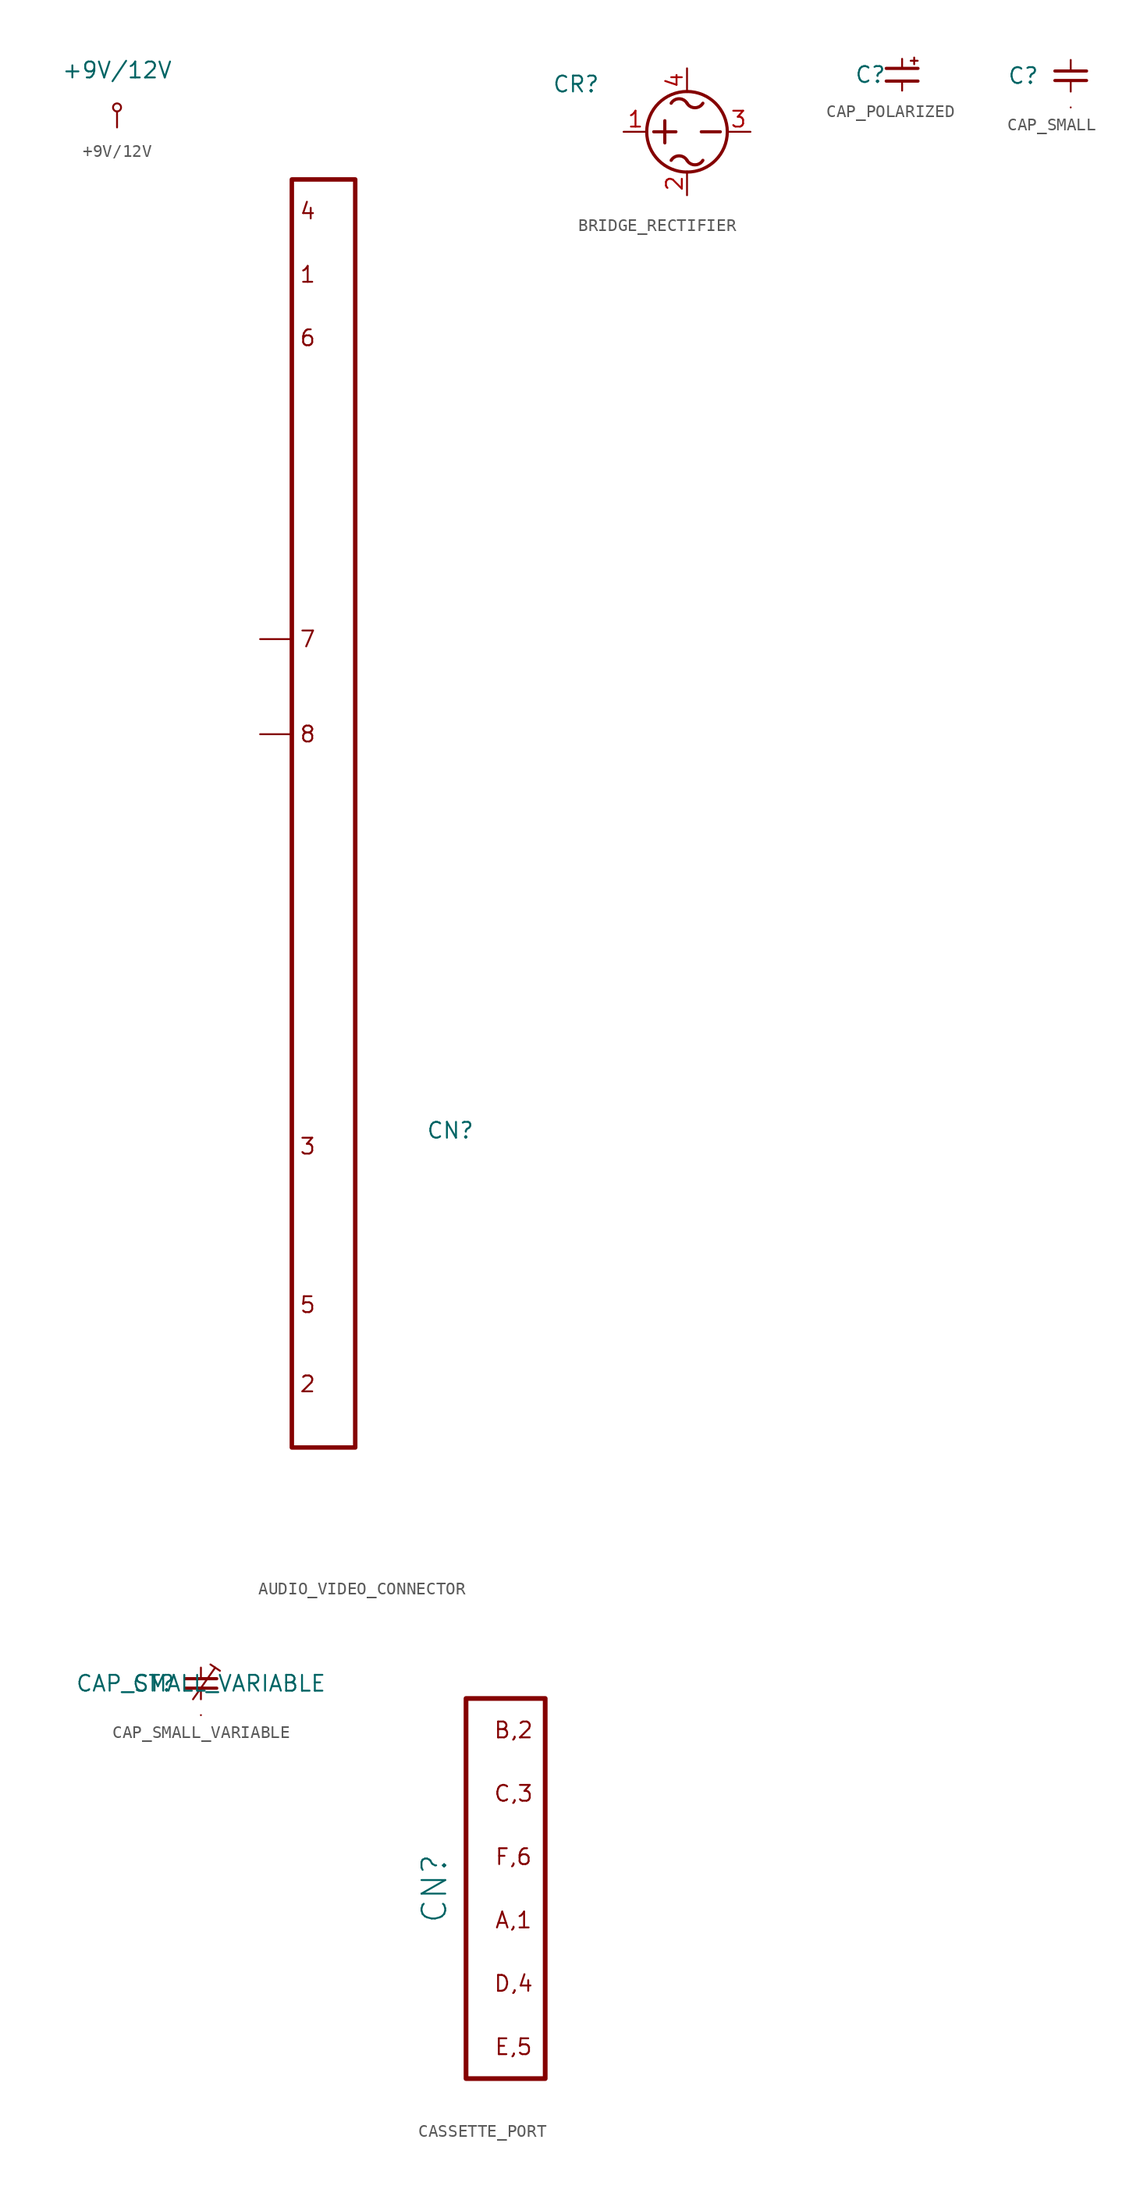
<source format=kicad_sym>
(kicad_symbol_lib
  (version 20220914)
  (generator kicad_symbol_editor)
  (symbol "+9V/12V"
    (power)
    (property "Reference" "#PWR"
      (at -3.81 2.54 0)
      (effects (font (size 1.27 1.27)) hide))
    (property "Value" "+9V/12V"
      (at 0 4.572 0)
      (effects (font (size 1.27 1.27))))
    (symbol "+9V/12V_0_1"
      (polyline (pts (xy 0 0) (xy 0 1.27)) (stroke (width 0) (type default)) (fill (type none)))
      (circle (center 0 1.599) (radius 0.32) (stroke (width 0) (type default)) (fill (type none))))
    (symbol "+9V/12V_1_1"
      (pin power_in line (at 0 0 0) (length 0) hide (name "+9V/12V" (effects (font (size 1.27 1.27)))) (number "1" (effects (font (size 1.016 1.016)))))))
  (symbol "AUDIO_VIDEO_CONNECTOR"
    (property "Reference" "CN"
      (at 10.16 -26.67 0)
      (effects (font (size 1.27 1.27))))
    (property "Value" ""
      (at 0 0 0)
      (effects (font (size 1.27 1.27))))
    (symbol "AUDIO_VIDEO_CONNECTOR_0_0"
      (polyline (pts (xy -2.54 5.08) (xy -5.08 5.08)) (stroke (width 0) (type default)) (fill (type none)))
      (polyline (pts (xy -2.54 12.7) (xy -5.08 12.7)) (stroke (width 0) (type default)) (fill (type none)))
      (text "1" (at -1.27 41.91 0) (effects (font (size 1.27 1.27))))
      (text "2" (at -1.27 -46.99 0) (effects (font (size 1.27 1.27))))
      (text "3" (at -1.27 -27.94 0) (effects (font (size 1.27 1.27))))
      (text "4" (at -1.27 46.99 0) (effects (font (size 1.27 1.27))))
      (text "5" (at -1.27 -40.64 0) (effects (font (size 1.27 1.27))))
      (text "6" (at -1.27 36.83 0) (effects (font (size 1.27 1.27))))
      (text "7" (at -1.27 12.7 0) (effects (font (size 1.27 1.27))))
      (text "8" (at -1.27 5.08 0) (effects (font (size 1.27 1.27)))))
    (symbol "AUDIO_VIDEO_CONNECTOR_0_1"
      (rectangle (start -2.54 49.53) (end 2.54 -52.07) (stroke (width 0.356) (type default)) (fill (type none))))
    (symbol "AUDIO_VIDEO_CONNECTOR_1_1"
      (pin input line (at -5.08 12.7 0) (length 0) hide (name "7" (effects (font (size 1.27 1.27)))) (number "" (effects (font (size 1.27 1.27)))))
      (pin input line (at -2.54 41.91 0) (length 0) hide (name "LUM" (effects (font (size 1.27 1.27)))) (number "1" (effects (font (size 1.27 1.27)))))
      (pin input line (at -2.54 -46.99 0) (length 0) hide (name "GND" (effects (font (size 1.27 1.27)))) (number "2" (effects (font (size 1.27 1.27)))))
      (pin input line (at -2.54 -27.94 0) (length 0) hide (name "AUDIO_OUT" (effects (font (size 1.27 1.27)))) (number "3" (effects (font (size 1.27 1.27)))))
      (pin input line (at -2.54 46.99 0) (length 0) hide (name "COMP" (effects (font (size 1.27 1.27)))) (number "4" (effects (font (size 1.27 1.27)))))
      (pin input line (at -2.54 -40.64 0) (length 0) hide (name "AUDIO_IN" (effects (font (size 1.27 1.27)))) (number "5" (effects (font (size 1.27 1.27)))))
      (pin input line (at -2.54 36.83 0) (length 0) hide (name "COLOR" (effects (font (size 1.27 1.27)))) (number "6" (effects (font (size 1.27 1.27)))))
      (pin input line (at -5.08 5.08 0) (length 0) hide (name "VCC" (effects (font (size 1.27 1.27)))) (number "8" (effects (font (size 1.27 1.27)))))))
  (symbol "BRIDGE_RECTIFIER"
    (pin_names
      (offset 1.016))
    (property "Reference" "CR"
      (at -8.89 3.81 0)
      (effects (font (size 1.27 1.27))))
    (symbol "BRIDGE_RECTIFIER_0_1"
      (polyline (pts (xy -2.667 0) (xy -0.889 0)) (stroke (width 0.254) (type solid)) (fill (type none)))
      (polyline (pts (xy -1.778 0.889) (xy -1.778 -0.889)) (stroke (width 0.254) (type solid)) (fill (type none)))
      (polyline (pts (xy 2.667 0) (xy 1.143 0)) (stroke (width 0.254) (type solid)) (fill (type none)))
      (circle (center 0 0) (radius 3.226) (stroke (width 0.254) (type solid)) (fill (type none)))
      (arc (start 0 2.286) (mid -0.635 2.6455) (end -1.27 2.286) (stroke (width 0.254) (type solid)) (fill (type none)))
      (arc (start 0 2.286) (mid 0.635 1.9265) (end 1.27 2.286) (stroke (width 0.254) (type solid)) (fill (type none))))
    (symbol "BRIDGE_RECTIFIER_1_1"
      (arc (start 0 -2.286) (mid -0.635 -1.9265) (end -1.27 -2.286) (stroke (width 0.254) (type solid)) (fill (type none)))
      (arc (start 0 -2.286) (mid 0.635 -2.6455) (end 1.27 -2.286) (stroke (width 0.254) (type solid)) (fill (type none)))
      (pin power_out line (at -5.08 0 0) (length 1.905) (name "~" (effects (font (size 1.27 1.27)))) (number "1" (effects (font (size 1.27 1.27)))))
      (pin power_in line (at 0 -5.08 90) (length 1.905) (name "~" (effects (font (size 1.27 1.27)))) (number "2" (effects (font (size 1.27 1.27)))))
      (pin power_out line (at 5.08 0 180) (length 1.905) (name "~" (effects (font (size 1.27 1.27)))) (number "3" (effects (font (size 1.27 1.27)))))
      (pin power_in line (at 0 5.08 270) (length 1.905) (name "~" (effects (font (size 1.27 1.27)))) (number "4" (effects (font (size 1.27 1.27)))))))
  (symbol "CAP_POLARIZED"
    (property "Reference" "C"
      (at -2.54 0 0)
      (effects (font (size 1.27 1.27))))
    (property "Value" ""
      (at 0 0 0)
      (effects (font (size 1.27 1.27))))
    (symbol "CAP_POLARIZED_0_1"
      (polyline (pts (xy -1.27 -0.508) (xy 1.27 -0.508)) (stroke (width 0.254) (type default)) (fill (type none)))
      (polyline (pts (xy -1.27 0.508) (xy 1.27 0.508)) (stroke (width 0.254) (type default)) (fill (type none)))
      (polyline (pts (xy 0 -1.27) (xy 0 -0.508)) (stroke (width 0) (type default)) (fill (type none)))
      (polyline (pts (xy 0 0.508) (xy 0 1.27)) (stroke (width 0) (type default)) (fill (type none)))
      (polyline (pts (xy 0.686 1.118) (xy 1.245 1.118)) (stroke (width 0) (type default)) (fill (type none)))
      (polyline (pts (xy 0.965 0.838) (xy 0.965 1.372)) (stroke (width 0) (type default)) (fill (type none))))
    (symbol "CAP_POLARIZED_1_1"
      (pin input line (at 0 1.27 270) (length 1.27) hide (name "" (effects (font (size 1.27 1.27)))) (number "1" (effects (font (size 1.27 1.27)))))
      (pin input line (at 0 -1.27 90) (length 1.27) hide (name "" (effects (font (size 1.27 1.27)))) (number "2" (effects (font (size 1.27 1.27)))))))
  (symbol "CAP_SMALL"
    (property "Reference" "C"
      (at -3.81 0 0)
      (effects (font (size 1.27 1.27))))
    (property "Value" ""
      (at 0 0 0)
      (effects (font (size 1.27 1.27))))
    (symbol "CAP_SMALL_0_1"
      (polyline (pts (xy -1.27 -0.381) (xy 1.27 -0.381)) (stroke (width 0.254) (type default)) (fill (type none)))
      (polyline (pts (xy -1.27 0.381) (xy 1.27 0.381)) (stroke (width 0.254) (type default)) (fill (type none)))
      (polyline (pts (xy 0 -2.54) (xy 0 -2.54)) (stroke (width 0) (type default)) (fill (type none)))
      (polyline (pts (xy 0 -1.27) (xy 0 -0.381)) (stroke (width 0) (type default)) (fill (type none)))
      (polyline (pts (xy 0 0.381) (xy 0 1.27)) (stroke (width 0) (type default)) (fill (type none))))
    (symbol "CAP_SMALL_1_1"
      (pin input line (at 0 1.27 270) (length 1.27) hide (name "" (effects (font (size 1.27 1.27)))) (number "1" (effects (font (size 1.27 1.27)))))
      (pin input line (at 0 -1.27 90) (length 1.27) hide (name "" (effects (font (size 1.27 1.27)))) (number "2" (effects (font (size 1.27 1.27)))))))
  (symbol "CAP_SMALL_VARIABLE"
    (property "Reference" "CT"
      (at -3.81 0 0)
      (effects (font (size 1.27 1.27))))
    (property "Value" "CAP_SMALL_VARIABLE"
      (at 0 0 0)
      (effects (font (size 1.27 1.27))))
    (symbol "CAP_SMALL_VARIABLE_0_1"
      (polyline (pts (xy -1.27 -0.381) (xy 1.27 -0.381)) (stroke (width 0.254) (type default)) (fill (type none)))
      (polyline (pts (xy -1.27 0.381) (xy 1.27 0.381)) (stroke (width 0.254) (type default)) (fill (type none)))
      (polyline (pts (xy -0.635 -1.27) (xy 1.143 1.27)) (stroke (width 0) (type default)) (fill (type none)))
      (polyline (pts (xy 0 -2.54) (xy 0 -2.54)) (stroke (width 0) (type default)) (fill (type none)))
      (polyline (pts (xy 0 -1.27) (xy 0 -0.381)) (stroke (width 0) (type default)) (fill (type none)))
      (polyline (pts (xy 0 0.381) (xy 0 1.27)) (stroke (width 0) (type default)) (fill (type none)))
      (polyline (pts (xy 0.762 1.524) (xy 1.524 1.016)) (stroke (width 0) (type default)) (fill (type none))))
    (symbol "CAP_SMALL_VARIABLE_1_1"
      (pin input line (at 0 1.27 270) (length 1.27) hide (name "" (effects (font (size 1.27 1.27)))) (number "1" (effects (font (size 1.27 1.27)))))
      (pin input line (at 0 -1.27 90) (length 1.27) hide (name "" (effects (font (size 1.27 1.27)))) (number "2" (effects (font (size 1.27 1.27)))))))
  (symbol "CASSETTE_PORT"
    (property "Reference" "CN"
      (at -6.35 0 90)
      (effects (font (size 1.905 1.905))))
    (property "Value" ""
      (at 0 0 0)
      (effects (font (size 1.27 1.27))))
    (symbol "CASSETTE_PORT_0_0"
      (text "A,1" (at 0 -2.54 0) (effects (font (size 1.27 1.27))))
      (text "B,2" (at 0 12.7 0) (effects (font (size 1.27 1.27))))
      (text "C,3" (at 0 7.62 0) (effects (font (size 1.27 1.27))))
      (text "D,4" (at 0 -7.62 0) (effects (font (size 1.27 1.27))))
      (text "E,5" (at 0 -12.7 0) (effects (font (size 1.27 1.27))))
      (text "F,6" (at 0 2.54 0) (effects (font (size 1.27 1.27)))))
    (symbol "CASSETTE_PORT_0_1"
      (rectangle (start -3.81 15.24) (end 2.54 -15.24) (stroke (width 0.381) (type default)) (fill (type none))))
    (symbol "CASSETTE_PORT_1_1"
      (pin input line (at 2.54 -2.54 180) (length 2.54) hide (name "" (effects (font (size 1.27 1.27)))) (number "1" (effects (font (size 1.27 1.27)))))
      (pin input line (at 2.54 12.7 180) (length 2.54) hide (name "" (effects (font (size 1.27 1.27)))) (number "2" (effects (font (size 1.27 1.27)))))
      (pin input line (at 2.54 7.62 180) (length 2.54) hide (name "" (effects (font (size 1.27 1.27)))) (number "3" (effects (font (size 1.27 1.27)))))
      (pin input line (at 2.54 -7.62 180) (length 2.54) hide (name "" (effects (font (size 1.27 1.27)))) (number "4" (effects (font (size 1.27 1.27)))))
      (pin input line (at 2.54 -12.7 180) (length 2.54) hide (name "" (effects (font (size 1.27 1.27)))) (number "5" (effects (font (size 1.27 1.27)))))
      (pin input line (at 2.54 2.54 180) (length 2.54) hide (name "" (effects (font (size 1.27 1.27)))) (number "6" (effects (font (size 1.27 1.27)))))
      (pin input line (at 2.54 -2.54 180) (length 2.54) hide (name "" (effects (font (size 1.27 1.27)))) (number "A" (effects (font (size 1.27 1.27)))))
      (pin input line (at 2.54 12.7 180) (length 2.54) hide (name "" (effects (font (size 1.27 1.27)))) (number "B" (effects (font (size 1.27 1.27)))))
      (pin input line (at 2.54 7.62 180) (length 2.54) hide (name "" (effects (font (size 1.27 1.27)))) (number "C" (effects (font (size 1.27 1.27)))))
      (pin input line (at 2.54 -7.62 180) (length 2.54) hide (name "" (effects (font (size 1.27 1.27)))) (number "D" (effects (font (size 1.27 1.27)))))
      (pin input line (at 2.54 -12.7 180) (length 2.54) hide (name "" (effects (font (size 1.27 1.27)))) (number "E" (effects (font (size 1.27 1.27)))))
      (pin input line (at 2.54 2.54 180) (length 2.54) hide (name "" (effects (font (size 1.27 1.27)))) (number "F" (effects (font (size 1.27 1.27))))))))
</source>
